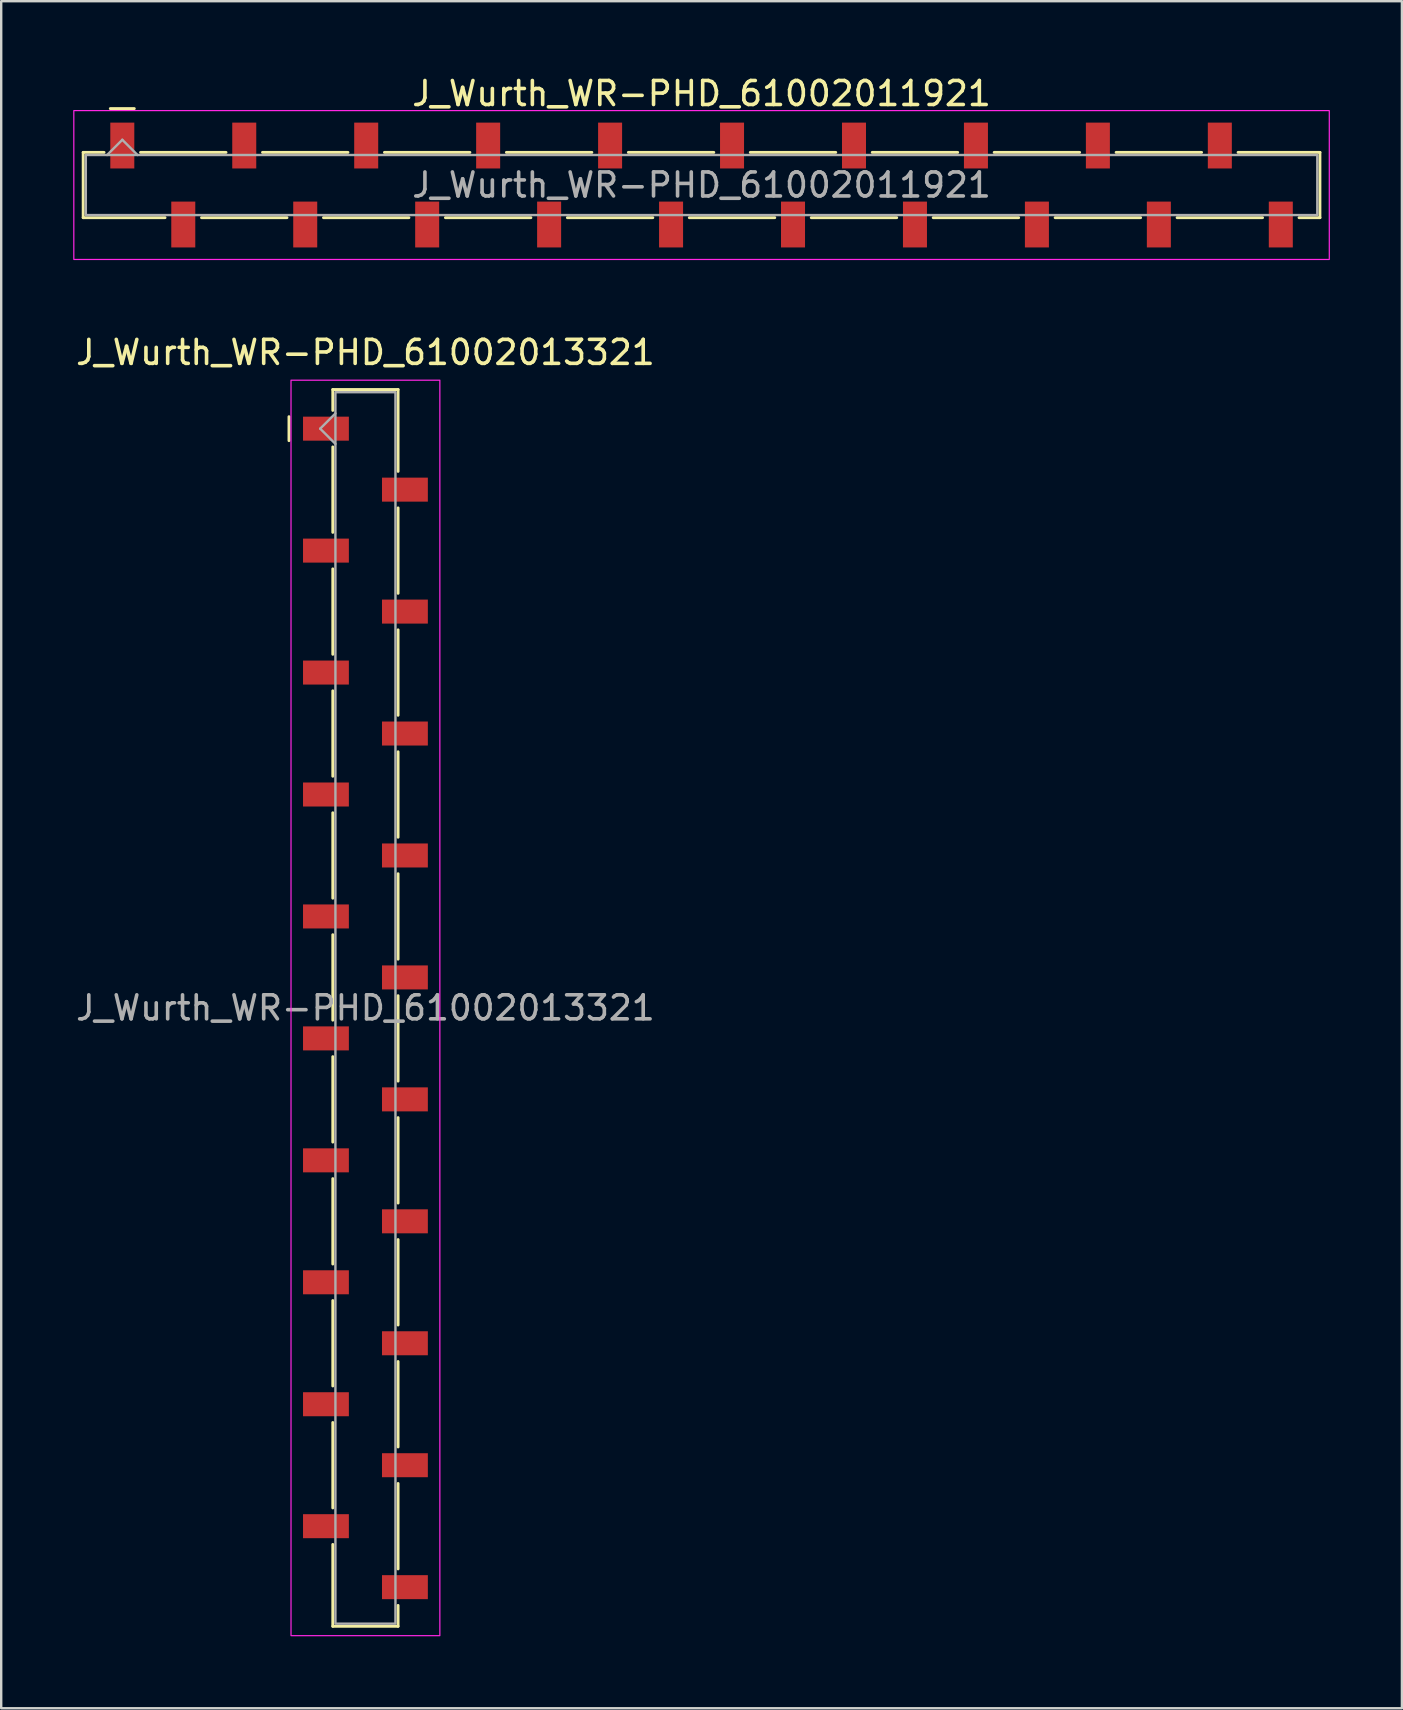
<source format=kicad_pcb>
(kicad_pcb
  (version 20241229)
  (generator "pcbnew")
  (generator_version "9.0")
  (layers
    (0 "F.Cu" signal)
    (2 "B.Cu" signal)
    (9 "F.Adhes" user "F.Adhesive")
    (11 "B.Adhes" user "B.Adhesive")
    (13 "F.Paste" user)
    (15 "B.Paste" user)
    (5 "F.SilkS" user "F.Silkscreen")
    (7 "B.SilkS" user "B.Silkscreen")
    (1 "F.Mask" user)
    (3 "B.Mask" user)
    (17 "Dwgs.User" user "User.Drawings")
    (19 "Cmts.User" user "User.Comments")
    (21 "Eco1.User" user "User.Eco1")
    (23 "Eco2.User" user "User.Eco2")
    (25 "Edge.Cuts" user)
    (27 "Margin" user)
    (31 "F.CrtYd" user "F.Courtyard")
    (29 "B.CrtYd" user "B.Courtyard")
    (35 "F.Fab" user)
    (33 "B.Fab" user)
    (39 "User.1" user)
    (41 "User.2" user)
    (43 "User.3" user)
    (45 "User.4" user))
  (footprint "J_Wurth_WR-PHD_61002013321"
    (layer "F.Cu")
    (at 12.173 38.937)
    (property "Reference" "J_Wurth_WR-PHD_61002013321" (at 0 -27.305 0) (unlocked yes) (layer "F.SilkS") (effects (font (size 1 1) (thickness 0.15))))
    (attr smd)
    (fp_line (start -3.185 -24.63) (end -3.185 -23.63) (stroke (width 0.12) (type solid)) (layer "F.SilkS"))
    (fp_line (start -1.36 -25.76) (end -1.36 -24.89) (stroke (width 0.12) (type solid)) (layer "F.SilkS"))
    (fp_line (start -1.36 -25.76) (end 1.36 -25.76) (stroke (width 0.12) (type solid)) (layer "F.SilkS"))
    (fp_line (start -1.36 -23.37) (end -1.36 -19.81) (stroke (width 0.12) (type solid)) (layer "F.SilkS"))
    (fp_line (start -1.36 -18.29) (end -1.36 -14.73) (stroke (width 0.12) (type solid)) (layer "F.SilkS"))
    (fp_line (start -1.36 -13.21) (end -1.36 -9.65) (stroke (width 0.12) (type solid)) (layer "F.SilkS"))
    (fp_line (start -1.36 -8.13) (end -1.36 -4.57) (stroke (width 0.12) (type solid)) (layer "F.SilkS"))
    (fp_line (start -1.36 -3.05) (end -1.36 0.51) (stroke (width 0.12) (type solid)) (layer "F.SilkS"))
    (fp_line (start -1.36 2.03) (end -1.36 5.59) (stroke (width 0.12) (type solid)) (layer "F.SilkS"))
    (fp_line (start -1.36 7.11) (end -1.36 10.67) (stroke (width 0.12) (type solid)) (layer "F.SilkS"))
    (fp_line (start -1.36 12.19) (end -1.36 15.75) (stroke (width 0.12) (type solid)) (layer "F.SilkS"))
    (fp_line (start -1.36 17.27) (end -1.36 20.83) (stroke (width 0.12) (type solid)) (layer "F.SilkS"))
    (fp_line (start -1.36 22.35) (end -1.36 25.76) (stroke (width 0.12) (type solid)) (layer "F.SilkS"))
    (fp_line (start -1.36 25.76) (end 1.36 25.76) (stroke (width 0.12) (type solid)) (layer "F.SilkS"))
    (fp_line (start 1.36 -25.76) (end 1.36 -22.35) (stroke (width 0.12) (type solid)) (layer "F.SilkS"))
    (fp_line (start 1.36 -20.83) (end 1.36 -17.27) (stroke (width 0.12) (type solid)) (layer "F.SilkS"))
    (fp_line (start 1.36 -15.75) (end 1.36 -12.19) (stroke (width 0.12) (type solid)) (layer "F.SilkS"))
    (fp_line (start 1.36 -10.67) (end 1.36 -7.11) (stroke (width 0.12) (type solid)) (layer "F.SilkS"))
    (fp_line (start 1.36 -5.59) (end 1.36 -2.03) (stroke (width 0.12) (type solid)) (layer "F.SilkS"))
    (fp_line (start 1.36 -0.51) (end 1.36 3.05) (stroke (width 0.12) (type solid)) (layer "F.SilkS"))
    (fp_line (start 1.36 4.57) (end 1.36 8.13) (stroke (width 0.12) (type solid)) (layer "F.SilkS"))
    (fp_line (start 1.36 9.65) (end 1.36 13.21) (stroke (width 0.12) (type solid)) (layer "F.SilkS"))
    (fp_line (start 1.36 14.73) (end 1.36 18.29) (stroke (width 0.12) (type solid)) (layer "F.SilkS"))
    (fp_line (start 1.36 19.81) (end 1.36 23.37) (stroke (width 0.12) (type solid)) (layer "F.SilkS"))
    (fp_line (start 1.36 24.89) (end 1.36 25.76) (stroke (width 0.12) (type solid)) (layer "F.SilkS"))
    (fp_rect (start -3.1 -26.15) (end 3.1 26.15) (stroke (width 0.05) (type solid)) (fill no) (layer "F.CrtYd"))
    (fp_line (start -1.885 -24.13) (end -1.25 -23.495) (stroke (width 0.1) (type default)) (layer "F.Fab"))
    (fp_line (start -1.25 -24.765) (end -1.885 -24.13) (stroke (width 0.1) (type default)) (layer "F.Fab"))
    (fp_rect (start -1.25 -25.65) (end 1.25 25.65) (stroke (width 0.1) (type solid)) (fill no) (layer "F.Fab"))
    (fp_text user "${REFERENCE}" (at 0 0 0) (unlocked yes) (layer "F.Fab") (effects (font (size 1 1) (thickness 0.15))))
    (pad "1" smd rect (at -1.645 -24.13 270) (size 1 1.91) (layers "F.Cu" "F.Mask" "F.Paste"))
    (pad "2" smd rect (at 1.645 -21.59 270) (size 1 1.91) (layers "F.Cu" "F.Mask" "F.Paste"))
    (pad "3" smd rect (at -1.645 -19.05 270) (size 1 1.91) (layers "F.Cu" "F.Mask" "F.Paste"))
    (pad "4" smd rect (at 1.645 -16.51 270) (size 1 1.91) (layers "F.Cu" "F.Mask" "F.Paste"))
    (pad "5" smd rect (at -1.645 -13.97 270) (size 1 1.91) (layers "F.Cu" "F.Mask" "F.Paste"))
    (pad "6" smd rect (at 1.645 -11.43 270) (size 1 1.91) (layers "F.Cu" "F.Mask" "F.Paste"))
    (pad "7" smd rect (at -1.645 -8.89 270) (size 1 1.91) (layers "F.Cu" "F.Mask" "F.Paste"))
    (pad "8" smd rect (at 1.645 -6.35 270) (size 1 1.91) (layers "F.Cu" "F.Mask" "F.Paste"))
    (pad "9" smd rect (at -1.645 -3.81 270) (size 1 1.91) (layers "F.Cu" "F.Mask" "F.Paste"))
    (pad "10" smd rect (at 1.645 -1.27 270) (size 1 1.91) (layers "F.Cu" "F.Mask" "F.Paste"))
    (pad "11" smd rect (at -1.645 1.27 270) (size 1 1.91) (layers "F.Cu" "F.Mask" "F.Paste"))
    (pad "12" smd rect (at 1.645 3.81 270) (size 1 1.91) (layers "F.Cu" "F.Mask" "F.Paste"))
    (pad "13" smd rect (at -1.645 6.35 270) (size 1 1.91) (layers "F.Cu" "F.Mask" "F.Paste"))
    (pad "14" smd rect (at 1.645 8.89 270) (size 1 1.91) (layers "F.Cu" "F.Mask" "F.Paste"))
    (pad "15" smd rect (at -1.645 11.43 270) (size 1 1.91) (layers "F.Cu" "F.Mask" "F.Paste"))
    (pad "16" smd rect (at 1.645 13.97 270) (size 1 1.91) (layers "F.Cu" "F.Mask" "F.Paste"))
    (pad "17" smd rect (at -1.645 16.51 270) (size 1 1.91) (layers "F.Cu" "F.Mask" "F.Paste"))
    (pad "18" smd rect (at 1.645 19.05 270) (size 1 1.91) (layers "F.Cu" "F.Mask" "F.Paste"))
    (pad "19" smd rect (at -1.645 21.59 270) (size 1 1.91) (layers "F.Cu" "F.Mask" "F.Paste"))
    (pad "20" smd rect (at 1.645 24.13 270) (size 1 1.91) (layers "F.Cu" "F.Mask" "F.Paste")))
  (footprint "J_Wurth_WR-PHD_61002011921"
    (layer "F.Cu")
    (at 26.175 4.658)
    (property "Reference" "J_Wurth_WR-PHD_61002011921" (at 0 -3.81 0) (unlocked yes) (layer "F.SilkS") (effects (font (size 1 1) (thickness 0.15))))
    (attr smd)
    (fp_line (start -25.76 -1.36) (end -25.76 1.36) (stroke (width 0.12) (type solid)) (layer "F.SilkS"))
    (fp_line (start -25.76 -1.36) (end -24.89 -1.36) (stroke (width 0.12) (type solid)) (layer "F.SilkS"))
    (fp_line (start -25.76 1.36) (end -22.35 1.36) (stroke (width 0.12) (type solid)) (layer "F.SilkS"))
    (fp_line (start -24.63 -3.185) (end -23.63 -3.185) (stroke (width 0.12) (type solid)) (layer "F.SilkS"))
    (fp_line (start -23.37 -1.36) (end -19.81 -1.36) (stroke (width 0.12) (type solid)) (layer "F.SilkS"))
    (fp_line (start -20.83 1.36) (end -17.27 1.36) (stroke (width 0.12) (type solid)) (layer "F.SilkS"))
    (fp_line (start -18.29 -1.36) (end -14.73 -1.36) (stroke (width 0.12) (type solid)) (layer "F.SilkS"))
    (fp_line (start -15.75 1.36) (end -12.19 1.36) (stroke (width 0.12) (type solid)) (layer "F.SilkS"))
    (fp_line (start -13.21 -1.36) (end -9.65 -1.36) (stroke (width 0.12) (type solid)) (layer "F.SilkS"))
    (fp_line (start -10.67 1.36) (end -7.11 1.36) (stroke (width 0.12) (type solid)) (layer "F.SilkS"))
    (fp_line (start -8.13 -1.36) (end -4.57 -1.36) (stroke (width 0.12) (type solid)) (layer "F.SilkS"))
    (fp_line (start -5.59 1.36) (end -2.03 1.36) (stroke (width 0.12) (type solid)) (layer "F.SilkS"))
    (fp_line (start -3.05 -1.36) (end 0.51 -1.36) (stroke (width 0.12) (type solid)) (layer "F.SilkS"))
    (fp_line (start -0.51 1.36) (end 3.05 1.36) (stroke (width 0.12) (type solid)) (layer "F.SilkS"))
    (fp_line (start 2.03 -1.36) (end 5.59 -1.36) (stroke (width 0.12) (type solid)) (layer "F.SilkS"))
    (fp_line (start 4.57 1.36) (end 8.13 1.36) (stroke (width 0.12) (type solid)) (layer "F.SilkS"))
    (fp_line (start 7.11 -1.36) (end 10.67 -1.36) (stroke (width 0.12) (type solid)) (layer "F.SilkS"))
    (fp_line (start 9.65 1.36) (end 13.21 1.36) (stroke (width 0.12) (type solid)) (layer "F.SilkS"))
    (fp_line (start 12.19 -1.36) (end 15.75 -1.36) (stroke (width 0.12) (type solid)) (layer "F.SilkS"))
    (fp_line (start 14.73 1.36) (end 18.29 1.36) (stroke (width 0.12) (type solid)) (layer "F.SilkS"))
    (fp_line (start 17.27 -1.36) (end 20.83 -1.36) (stroke (width 0.12) (type solid)) (layer "F.SilkS"))
    (fp_line (start 19.81 1.36) (end 23.37 1.36) (stroke (width 0.12) (type solid)) (layer "F.SilkS"))
    (fp_line (start 22.35 -1.36) (end 25.76 -1.36) (stroke (width 0.12) (type solid)) (layer "F.SilkS"))
    (fp_line (start 24.89 1.36) (end 25.76 1.36) (stroke (width 0.12) (type solid)) (layer "F.SilkS"))
    (fp_line (start 25.76 -1.36) (end 25.76 1.36) (stroke (width 0.12) (type solid)) (layer "F.SilkS"))
    (fp_rect (start -26.15 3.1) (end 26.15 -3.1) (stroke (width 0.05) (type solid)) (fill no) (layer "F.CrtYd"))
    (fp_line (start -24.765 -1.25) (end -24.13 -1.885) (stroke (width 0.1) (type default)) (layer "F.Fab"))
    (fp_line (start -24.13 -1.885) (end -23.495 -1.25) (stroke (width 0.1) (type default)) (layer "F.Fab"))
    (fp_rect (start -25.65 1.25) (end 25.65 -1.25) (stroke (width 0.1) (type solid)) (fill no) (layer "F.Fab"))
    (fp_text user "${REFERENCE}" (at 0 0 0) (unlocked yes) (layer "F.Fab") (effects (font (size 1 1) (thickness 0.15))))
    (pad "1" smd rect (at -24.13 -1.645) (size 1 1.91) (layers "F.Cu" "F.Mask" "F.Paste"))
    (pad "2" smd rect (at -21.59 1.645) (size 1 1.91) (layers "F.Cu" "F.Mask" "F.Paste"))
    (pad "3" smd rect (at -19.05 -1.645) (size 1 1.91) (layers "F.Cu" "F.Mask" "F.Paste"))
    (pad "4" smd rect (at -16.51 1.645) (size 1 1.91) (layers "F.Cu" "F.Mask" "F.Paste"))
    (pad "5" smd rect (at -13.97 -1.645) (size 1 1.91) (layers "F.Cu" "F.Mask" "F.Paste"))
    (pad "6" smd rect (at -11.43 1.645) (size 1 1.91) (layers "F.Cu" "F.Mask" "F.Paste"))
    (pad "7" smd rect (at -8.89 -1.645) (size 1 1.91) (layers "F.Cu" "F.Mask" "F.Paste"))
    (pad "8" smd rect (at -6.35 1.645) (size 1 1.91) (layers "F.Cu" "F.Mask" "F.Paste"))
    (pad "9" smd rect (at -3.81 -1.645) (size 1 1.91) (layers "F.Cu" "F.Mask" "F.Paste"))
    (pad "10" smd rect (at -1.27 1.645) (size 1 1.91) (layers "F.Cu" "F.Mask" "F.Paste"))
    (pad "11" smd rect (at 1.27 -1.645) (size 1 1.91) (layers "F.Cu" "F.Mask" "F.Paste"))
    (pad "12" smd rect (at 3.81 1.645) (size 1 1.91) (layers "F.Cu" "F.Mask" "F.Paste"))
    (pad "13" smd rect (at 6.35 -1.645) (size 1 1.91) (layers "F.Cu" "F.Mask" "F.Paste"))
    (pad "14" smd rect (at 8.89 1.645) (size 1 1.91) (layers "F.Cu" "F.Mask" "F.Paste"))
    (pad "15" smd rect (at 11.43 -1.645) (size 1 1.91) (layers "F.Cu" "F.Mask" "F.Paste"))
    (pad "16" smd rect (at 13.97 1.645) (size 1 1.91) (layers "F.Cu" "F.Mask" "F.Paste"))
    (pad "17" smd rect (at 16.51 -1.645) (size 1 1.91) (layers "F.Cu" "F.Mask" "F.Paste"))
    (pad "18" smd rect (at 19.05 1.645) (size 1 1.91) (layers "F.Cu" "F.Mask" "F.Paste"))
    (pad "19" smd rect (at 21.59 -1.645) (size 1 1.91) (layers "F.Cu" "F.Mask" "F.Paste"))
    (pad "20" smd rect (at 24.13 1.645) (size 1 1.91) (layers "F.Cu" "F.Mask" "F.Paste")))
  (gr_rect
    (start -3 -3)
    (end 55.35 68.112)
    (stroke (width 0.1) (type default))
    (fill no)
    (layer "Edge.Cuts")))
</source>
